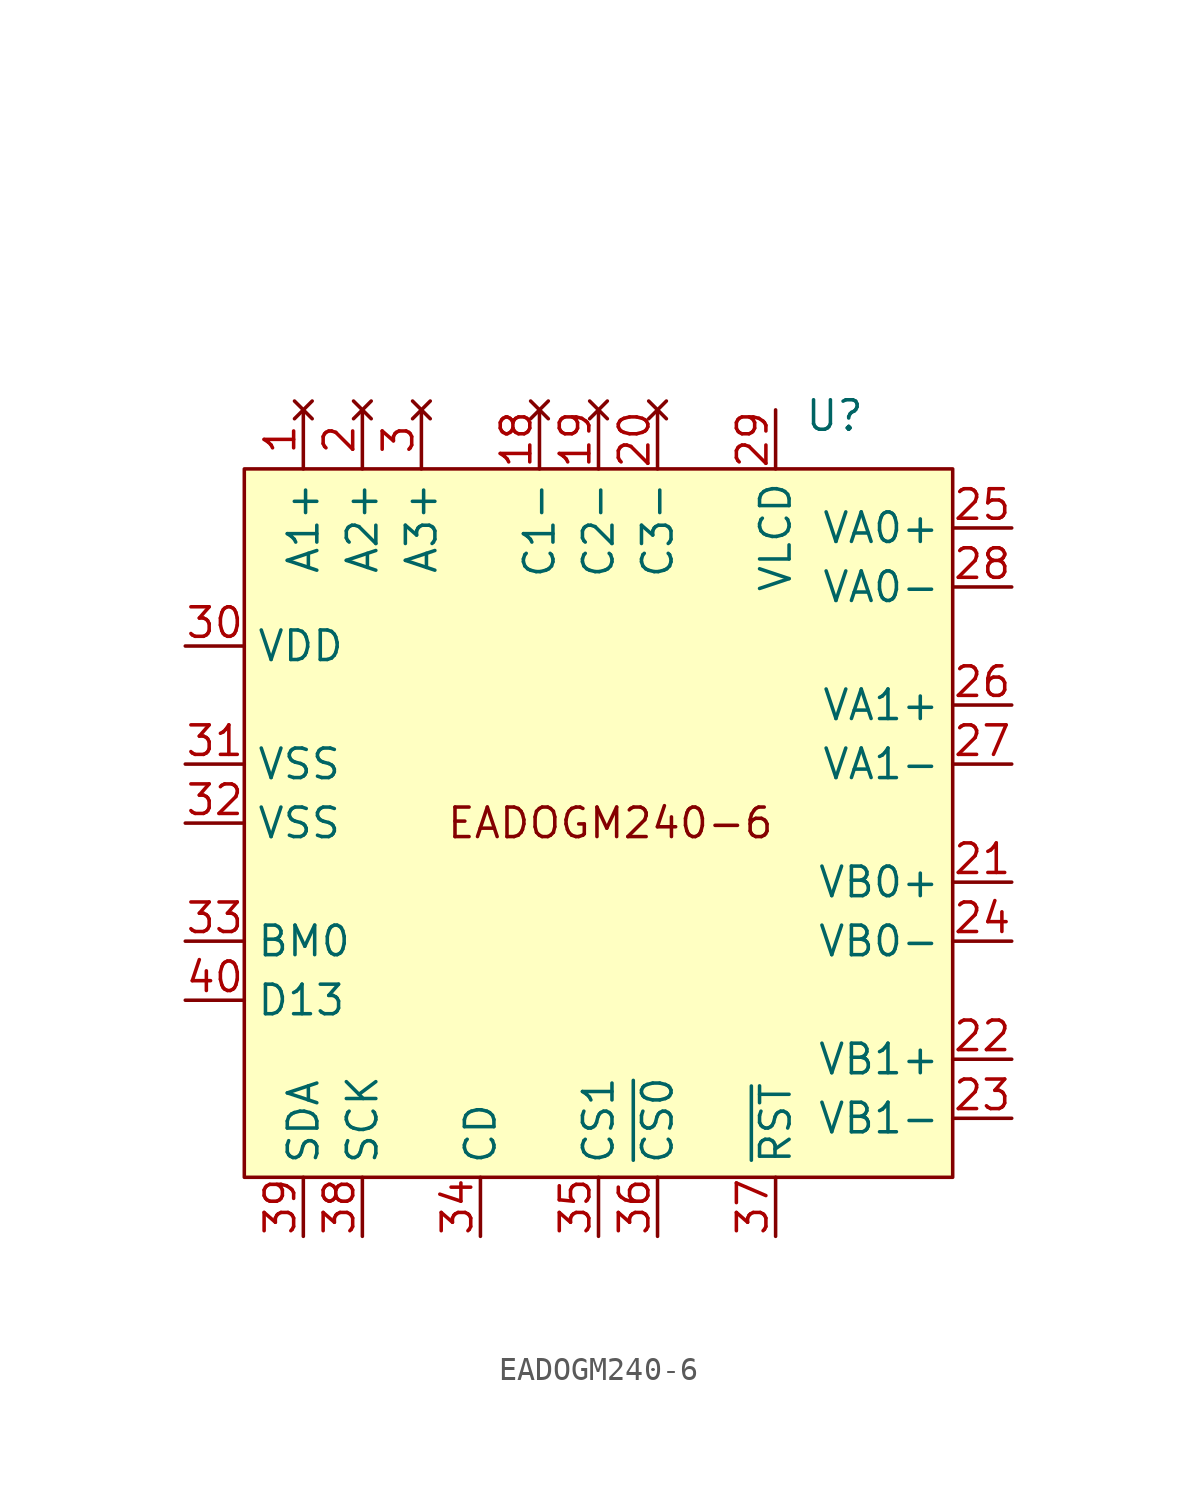
<source format=kicad_sym>
(kicad_symbol_lib
  (version 20231120)
  (generator "kicad_symbol_editor")
  (generator_version "8.0")
  (symbol "EADOGM240-6"
    (property "Reference" "U"
      (at 10.16 17.526 0)
      (effects (font (size 1.27 1.27))))
    (property "Value" ""
      (at -1.27 26.67 0)
      (effects (font (size 1.27 1.27))))
    (symbol "EADOGM240-6_1_1"
      (rectangle (start -15.24 15.24) (end 15.24 -15.24) (stroke (width 0) (type default)) (fill (type background)))
      (text "EADOGM240-6" (at 0.508 0 0) (effects (font (size 1.27 1.27))))
      (pin no_connect line (at -12.7 17.78 270) (length 2.54) (name "A1+" (effects (font (size 1.27 1.27)))) (number "1" (effects (font (size 1.27 1.27)))))
      (pin no_connect line (at -2.54 17.78 270) (length 2.54) (name "C1-" (effects (font (size 1.27 1.27)))) (number "18" (effects (font (size 1.27 1.27)))))
      (pin no_connect line (at 0 17.78 270) (length 2.54) (name "C2-" (effects (font (size 1.27 1.27)))) (number "19" (effects (font (size 1.27 1.27)))))
      (pin no_connect line (at -10.16 17.78 270) (length 2.54) (name "A2+" (effects (font (size 1.27 1.27)))) (number "2" (effects (font (size 1.27 1.27)))))
      (pin no_connect line (at 2.54 17.78 270) (length 2.54) (name "C3-" (effects (font (size 1.27 1.27)))) (number "20" (effects (font (size 1.27 1.27)))))
      (pin passive line (at 17.78 -2.54 180) (length 2.54) (name "VB0+" (effects (font (size 1.27 1.27)))) (number "21" (effects (font (size 1.27 1.27)))))
      (pin passive line (at 17.78 -10.16 180) (length 2.54) (name "VB1+" (effects (font (size 1.27 1.27)))) (number "22" (effects (font (size 1.27 1.27)))))
      (pin passive line (at 17.78 -12.7 180) (length 2.54) (name "VB1-" (effects (font (size 1.27 1.27)))) (number "23" (effects (font (size 1.27 1.27)))))
      (pin passive line (at 17.78 -5.08 180) (length 2.54) (name "VB0-" (effects (font (size 1.27 1.27)))) (number "24" (effects (font (size 1.27 1.27)))))
      (pin passive line (at 17.78 12.7 180) (length 2.54) (name "VA0+" (effects (font (size 1.27 1.27)))) (number "25" (effects (font (size 1.27 1.27)))))
      (pin passive line (at 17.78 5.08 180) (length 2.54) (name "VA1+" (effects (font (size 1.27 1.27)))) (number "26" (effects (font (size 1.27 1.27)))))
      (pin passive line (at 17.78 2.54 180) (length 2.54) (name "VA1-" (effects (font (size 1.27 1.27)))) (number "27" (effects (font (size 1.27 1.27)))))
      (pin passive line (at 17.78 10.16 180) (length 2.54) (name "VA0-" (effects (font (size 1.27 1.27)))) (number "28" (effects (font (size 1.27 1.27)))))
      (pin passive line (at 7.62 17.78 270) (length 2.54) (name "VLCD" (effects (font (size 1.27 1.27)))) (number "29" (effects (font (size 1.27 1.27)))))
      (pin no_connect line (at -7.62 17.78 270) (length 2.54) (name "A3+" (effects (font (size 1.27 1.27)))) (number "3" (effects (font (size 1.27 1.27)))))
      (pin power_in line (at -17.78 7.62 0) (length 2.54) (name "VDD" (effects (font (size 1.27 1.27)))) (number "30" (effects (font (size 1.27 1.27)))))
      (pin power_in line (at -17.78 2.54 0) (length 2.54) (name "VSS" (effects (font (size 1.27 1.27)))) (number "31" (effects (font (size 1.27 1.27)))))
      (pin power_in line (at -17.78 0 0) (length 2.54) (name "VSS" (effects (font (size 1.27 1.27)))) (number "32" (effects (font (size 1.27 1.27)))))
      (pin input line (at -17.78 -5.08 0) (length 2.54) (name "BM0" (effects (font (size 1.27 1.27)))) (number "33" (effects (font (size 1.27 1.27)))))
      (pin input line (at -5.08 -17.78 90) (length 2.54) (name "CD" (effects (font (size 1.27 1.27)))) (number "34" (effects (font (size 1.27 1.27)))))
      (pin input line (at 0 -17.78 90) (length 2.54) (name "CS1" (effects (font (size 1.27 1.27)))) (number "35" (effects (font (size 1.27 1.27)))))
      (pin input line (at 2.54 -17.78 90) (length 2.54) (name "~{CS0}" (effects (font (size 1.27 1.27)))) (number "36" (effects (font (size 1.27 1.27)))))
      (pin input line (at 7.62 -17.78 90) (length 2.54) (name "~{RST}" (effects (font (size 1.27 1.27)))) (number "37" (effects (font (size 1.27 1.27)))))
      (pin input line (at -10.16 -17.78 90) (length 2.54) (name "SCK" (effects (font (size 1.27 1.27)))) (number "38" (effects (font (size 1.27 1.27)))))
      (pin input line (at -12.7 -17.78 90) (length 2.54) (name "SDA" (effects (font (size 1.27 1.27)))) (number "39" (effects (font (size 1.27 1.27)))))
      (pin input line (at -17.78 -7.62 0) (length 2.54) (name "D13" (effects (font (size 1.27 1.27)))) (number "40" (effects (font (size 1.27 1.27))))))))
</source>
